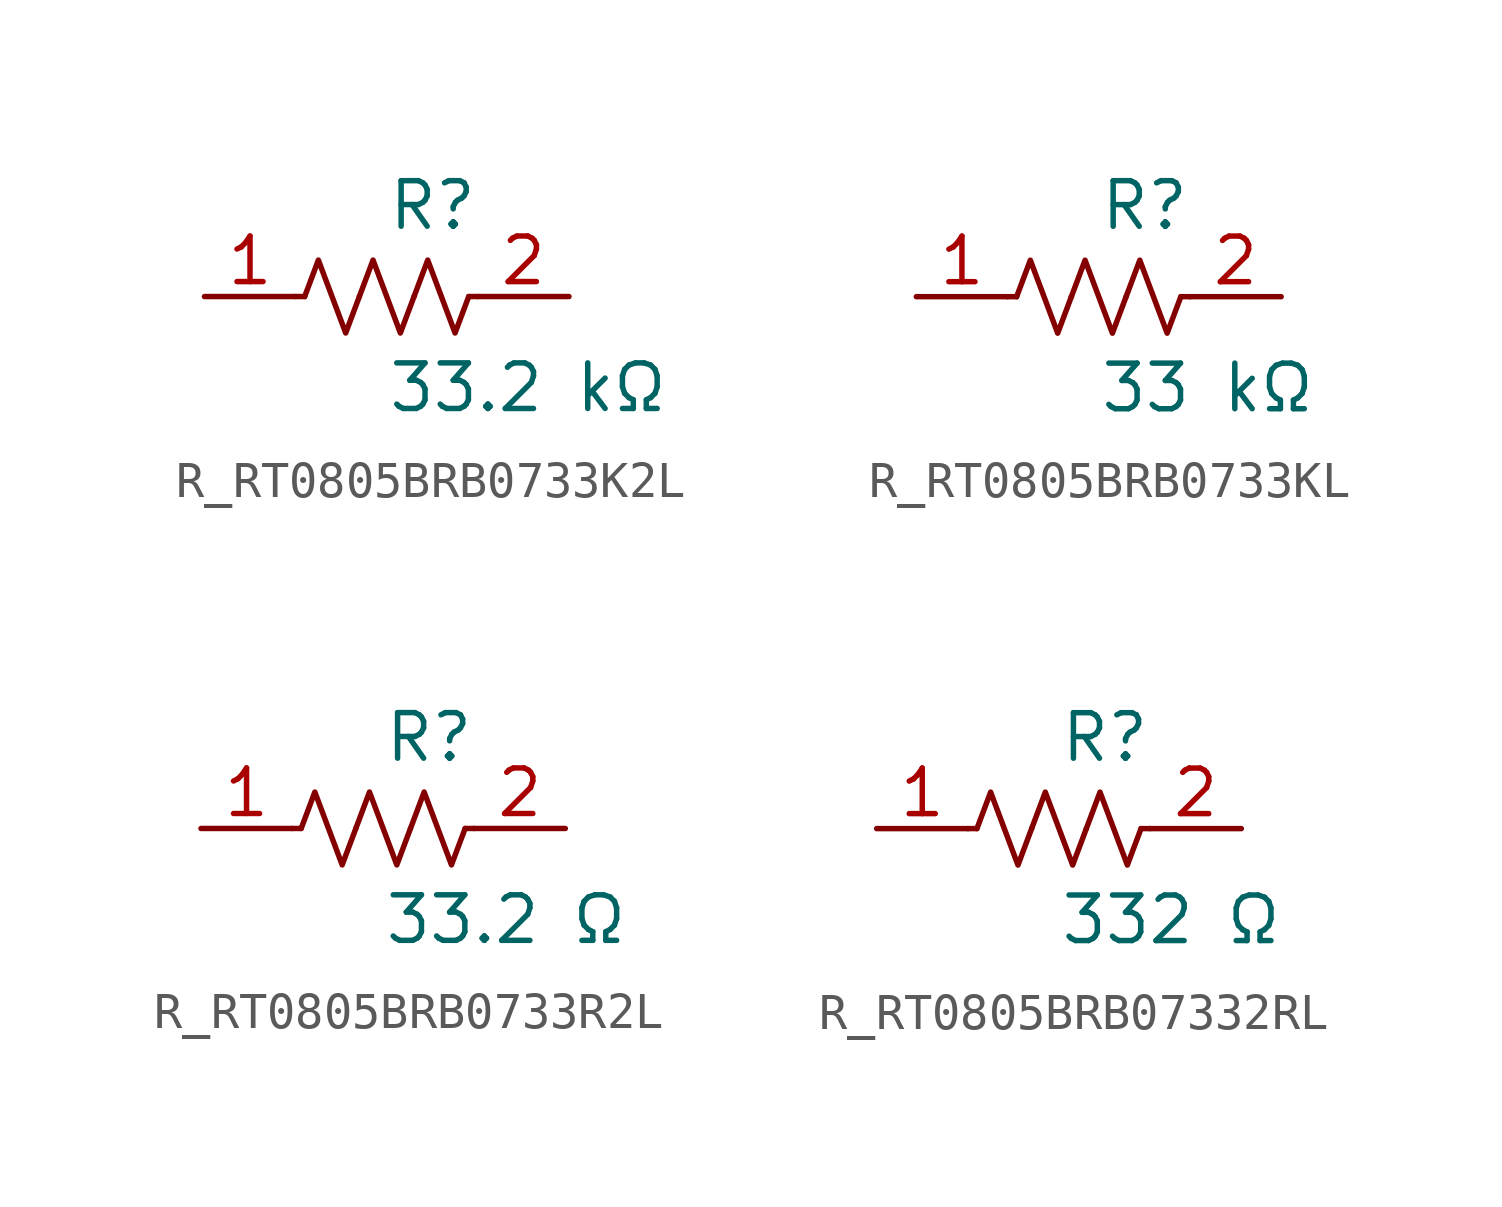
<source format=kicad_sym>
(kicad_symbol_lib
  (version 20231120)
  (generator kicad_symbol_editor)
  (generator_version 8.0)
  (symbol "R_RT0805BRB0733K2L"
    (pin_names
      (offset 0.254))
    (property "Reference" "R"
      (at 0 2.54 0)
      (effects (font (size 1.27 1.27)) (justify left)))
    (property "Value" "33.2 kΩ"
      (at 0 -2.54 0)
      (effects (font (size 1.27 1.27)) (justify left)))
    (symbol "R_RT0805BRB0733K2L_0_1"
      (polyline (pts (xy 2.286 0) (xy 2.54 0)) (stroke (width 0) (type default)) (fill (type none)))
      (polyline (pts (xy -2.286 0) (xy -2.54 0)) (stroke (width 0) (type default)) (fill (type none)))
      (polyline (pts (xy 0.762 0) (xy 1.143 1.016) (xy 1.524 0) (xy 1.905 -1.016) (xy 2.286 0)) (stroke (width 0) (type default)) (fill (type none)))
      (polyline (pts (xy -0.762 0) (xy -0.381 1.016) (xy 0 0) (xy 0.381 -1.016) (xy 0.762 0)) (stroke (width 0) (type default)) (fill (type none)))
      (polyline (pts (xy -2.286 0) (xy -1.905 1.016) (xy -1.524 0) (xy -1.143 -1.016) (xy -0.762 0)) (stroke (width 0) (type default)) (fill (type none))))
    (pin unspecified line
      (at -5.08 0 0)
      (length 2.54)
      (name "" (effects (font (size 1.27 1.27))))
      (number "1" (effects (font (size 1.27 1.27)))))
    (pin unspecified line
      (at 5.08 0 180)
      (length 2.54)
      (name "" (effects (font (size 1.27 1.27))))
      (number "2" (effects (font (size 1.27 1.27))))))
  (symbol "R_RT0805BRB0733KL"
    (pin_names
      (offset 0.254))
    (property "Reference" "R"
      (at 0 2.54 0)
      (effects (font (size 1.27 1.27)) (justify left)))
    (property "Value" "33 kΩ"
      (at 0 -2.54 0)
      (effects (font (size 1.27 1.27)) (justify left)))
    (symbol "R_RT0805BRB0733KL_0_1"
      (polyline (pts (xy 2.286 0) (xy 2.54 0)) (stroke (width 0) (type default)) (fill (type none)))
      (polyline (pts (xy -2.286 0) (xy -2.54 0)) (stroke (width 0) (type default)) (fill (type none)))
      (polyline (pts (xy 0.762 0) (xy 1.143 1.016) (xy 1.524 0) (xy 1.905 -1.016) (xy 2.286 0)) (stroke (width 0) (type default)) (fill (type none)))
      (polyline (pts (xy -0.762 0) (xy -0.381 1.016) (xy 0 0) (xy 0.381 -1.016) (xy 0.762 0)) (stroke (width 0) (type default)) (fill (type none)))
      (polyline (pts (xy -2.286 0) (xy -1.905 1.016) (xy -1.524 0) (xy -1.143 -1.016) (xy -0.762 0)) (stroke (width 0) (type default)) (fill (type none))))
    (pin unspecified line
      (at -5.08 0 0)
      (length 2.54)
      (name "" (effects (font (size 1.27 1.27))))
      (number "1" (effects (font (size 1.27 1.27)))))
    (pin unspecified line
      (at 5.08 0 180)
      (length 2.54)
      (name "" (effects (font (size 1.27 1.27))))
      (number "2" (effects (font (size 1.27 1.27))))))
  (symbol "R_RT0805BRB0733R2L"
    (pin_names
      (offset 0.254))
    (property "Reference" "R"
      (at 0 2.54 0)
      (effects (font (size 1.27 1.27)) (justify left)))
    (property "Value" "33.2 Ω"
      (at 0 -2.54 0)
      (effects (font (size 1.27 1.27)) (justify left)))
    (symbol "R_RT0805BRB0733R2L_0_1"
      (polyline (pts (xy 2.286 0) (xy 2.54 0)) (stroke (width 0) (type default)) (fill (type none)))
      (polyline (pts (xy -2.286 0) (xy -2.54 0)) (stroke (width 0) (type default)) (fill (type none)))
      (polyline (pts (xy 0.762 0) (xy 1.143 1.016) (xy 1.524 0) (xy 1.905 -1.016) (xy 2.286 0)) (stroke (width 0) (type default)) (fill (type none)))
      (polyline (pts (xy -0.762 0) (xy -0.381 1.016) (xy 0 0) (xy 0.381 -1.016) (xy 0.762 0)) (stroke (width 0) (type default)) (fill (type none)))
      (polyline (pts (xy -2.286 0) (xy -1.905 1.016) (xy -1.524 0) (xy -1.143 -1.016) (xy -0.762 0)) (stroke (width 0) (type default)) (fill (type none))))
    (pin unspecified line
      (at -5.08 0 0)
      (length 2.54)
      (name "" (effects (font (size 1.27 1.27))))
      (number "1" (effects (font (size 1.27 1.27)))))
    (pin unspecified line
      (at 5.08 0 180)
      (length 2.54)
      (name "" (effects (font (size 1.27 1.27))))
      (number "2" (effects (font (size 1.27 1.27))))))
  (symbol "R_RT0805BRB07332RL"
    (pin_names
      (offset 0.254))
    (property "Reference" "R"
      (at 0 2.54 0)
      (effects (font (size 1.27 1.27)) (justify left)))
    (property "Value" "332 Ω"
      (at 0 -2.54 0)
      (effects (font (size 1.27 1.27)) (justify left)))
    (symbol "R_RT0805BRB07332RL_0_1"
      (polyline (pts (xy 2.286 0) (xy 2.54 0)) (stroke (width 0) (type default)) (fill (type none)))
      (polyline (pts (xy -2.286 0) (xy -2.54 0)) (stroke (width 0) (type default)) (fill (type none)))
      (polyline (pts (xy 0.762 0) (xy 1.143 1.016) (xy 1.524 0) (xy 1.905 -1.016) (xy 2.286 0)) (stroke (width 0) (type default)) (fill (type none)))
      (polyline (pts (xy -0.762 0) (xy -0.381 1.016) (xy 0 0) (xy 0.381 -1.016) (xy 0.762 0)) (stroke (width 0) (type default)) (fill (type none)))
      (polyline (pts (xy -2.286 0) (xy -1.905 1.016) (xy -1.524 0) (xy -1.143 -1.016) (xy -0.762 0)) (stroke (width 0) (type default)) (fill (type none))))
    (pin unspecified line
      (at -5.08 0 0)
      (length 2.54)
      (name "" (effects (font (size 1.27 1.27))))
      (number "1" (effects (font (size 1.27 1.27)))))
    (pin unspecified line
      (at 5.08 0 180)
      (length 2.54)
      (name "" (effects (font (size 1.27 1.27))))
      (number "2" (effects (font (size 1.27 1.27)))))))
</source>
